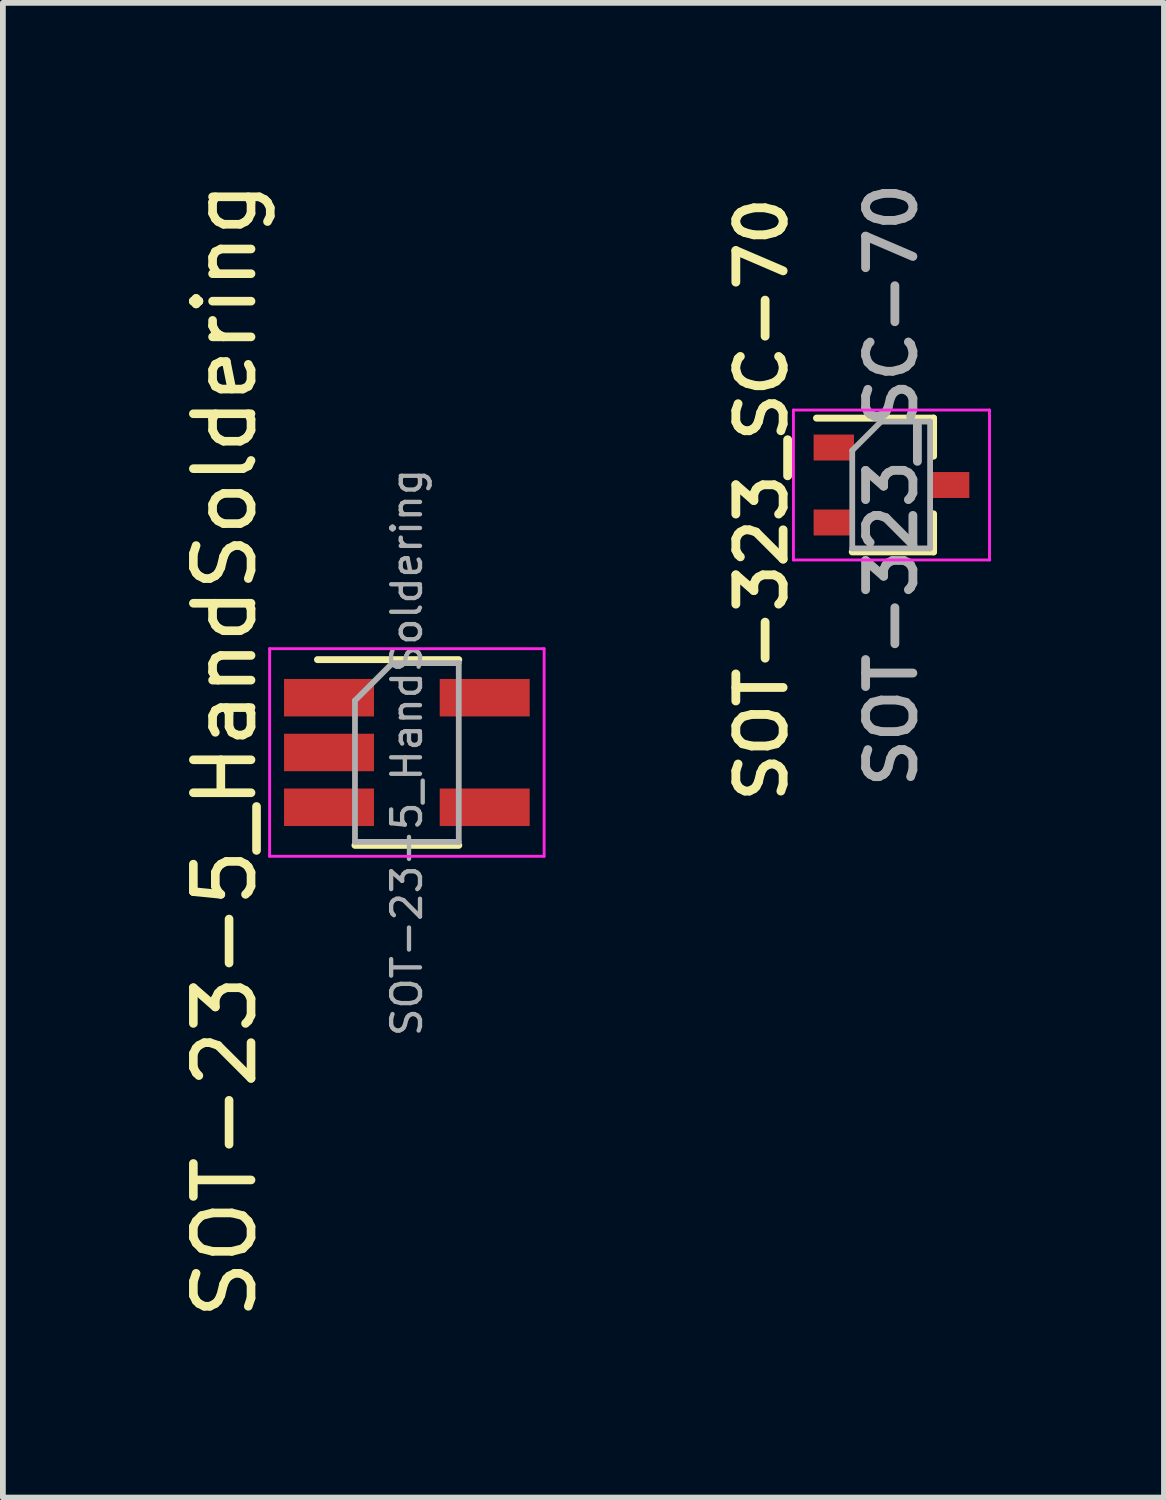
<source format=kicad_pcb>
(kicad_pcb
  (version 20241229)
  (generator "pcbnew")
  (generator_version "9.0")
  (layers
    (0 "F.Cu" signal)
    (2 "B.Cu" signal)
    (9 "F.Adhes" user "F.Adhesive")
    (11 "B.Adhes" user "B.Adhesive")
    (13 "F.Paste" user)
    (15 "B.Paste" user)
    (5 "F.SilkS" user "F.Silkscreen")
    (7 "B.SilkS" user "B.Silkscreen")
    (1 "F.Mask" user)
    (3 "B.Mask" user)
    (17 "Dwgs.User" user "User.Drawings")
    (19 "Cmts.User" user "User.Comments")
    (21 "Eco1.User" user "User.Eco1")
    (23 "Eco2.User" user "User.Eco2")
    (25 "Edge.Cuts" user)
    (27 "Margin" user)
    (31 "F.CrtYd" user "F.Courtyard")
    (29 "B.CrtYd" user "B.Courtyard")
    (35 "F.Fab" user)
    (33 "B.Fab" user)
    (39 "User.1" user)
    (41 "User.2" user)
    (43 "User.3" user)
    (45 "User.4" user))
  (footprint "SOT-323_SC-70"
    (layer "F.Cu")
    (at 12.408 5.36)
    (property "Reference" "SOT-323_SC-70" (at -2.25 0.25 90) (layer "F.SilkS") (effects (font (size 0.82 0.82) (thickness 0.153))))
    (attr smd)
    (fp_line (start -0.68 1.16) (end 0.73 1.16) (stroke (width 0.12) (type solid)) (layer "F.SilkS"))
    (fp_line (start 0.73 -1.16) (end -1.3 -1.16) (stroke (width 0.12) (type solid)) (layer "F.SilkS"))
    (fp_line (start 0.73 -1.16) (end 0.73 -0.5) (stroke (width 0.12) (type solid)) (layer "F.SilkS"))
    (fp_line (start 0.73 0.5) (end 0.73 1.16) (stroke (width 0.12) (type solid)) (layer "F.SilkS"))
    (fp_line (start -1.7 -1.3) (end 1.7 -1.3) (stroke (width 0.05) (type solid)) (layer "F.CrtYd"))
    (fp_line (start -1.7 1.3) (end -1.7 -1.3) (stroke (width 0.05) (type solid)) (layer "F.CrtYd"))
    (fp_line (start 1.7 -1.3) (end 1.7 1.3) (stroke (width 0.05) (type solid)) (layer "F.CrtYd"))
    (fp_line (start 1.7 1.3) (end -1.7 1.3) (stroke (width 0.05) (type solid)) (layer "F.CrtYd"))
    (fp_line (start -0.68 -0.6) (end -0.68 1.1) (stroke (width 0.1) (type solid)) (layer "F.Fab"))
    (fp_line (start -0.18 -1.1) (end -0.68 -0.6) (stroke (width 0.1) (type solid)) (layer "F.Fab"))
    (fp_line (start 0.67 -1.1) (end -0.18 -1.1) (stroke (width 0.1) (type solid)) (layer "F.Fab"))
    (fp_line (start 0.67 -1.1) (end 0.67 1.1) (stroke (width 0.1) (type solid)) (layer "F.Fab"))
    (fp_line (start 0.67 1.1) (end -0.68 1.1) (stroke (width 0.1) (type solid)) (layer "F.Fab"))
    (fp_text user "${REFERENCE}" (at 0 0 270) (layer "F.Fab") (effects (font (size 0.82 0.82) (thickness 0.153))))
    (pad "1" smd rect (at -1 -0.65 270) (size 0.45 0.7) (layers "F.Cu" "F.Mask" "F.Paste"))
    (pad "2" smd rect (at -1 0.65 270) (size 0.45 0.7) (layers "F.Cu" "F.Mask" "F.Paste"))
    (pad "3" smd rect (at 1 0 270) (size 0.45 0.7) (layers "F.Cu" "F.Mask" "F.Paste")))
  (footprint "SOT-23-5_HandSoldering"
    (layer "F.Cu")
    (at 4.005 9.998)
    (property "Reference" "SOT-23-5_HandSoldering" (at -3.157 -0.04 90) (layer "F.SilkS") (effects (font (size 1 1) (thickness 0.15))))
    (attr smd)
    (fp_line (start -0.9 1.61) (end 0.9 1.61) (stroke (width 0.12) (type solid)) (layer "F.SilkS"))
    (fp_line (start 0.9 -1.61) (end -1.55 -1.61) (stroke (width 0.12) (type solid)) (layer "F.SilkS"))
    (fp_line (start -2.38 -1.8) (end -2.38 1.8) (stroke (width 0.05) (type solid)) (layer "F.CrtYd"))
    (fp_line (start -2.38 -1.8) (end 2.38 -1.8) (stroke (width 0.05) (type solid)) (layer "F.CrtYd"))
    (fp_line (start 2.38 1.8) (end -2.38 1.8) (stroke (width 0.05) (type solid)) (layer "F.CrtYd"))
    (fp_line (start 2.38 1.8) (end 2.38 -1.8) (stroke (width 0.05) (type solid)) (layer "F.CrtYd"))
    (fp_line (start -0.9 -0.9) (end -0.9 1.55) (stroke (width 0.1) (type solid)) (layer "F.Fab"))
    (fp_line (start -0.9 -0.9) (end -0.25 -1.55) (stroke (width 0.1) (type solid)) (layer "F.Fab"))
    (fp_line (start 0.9 -1.55) (end -0.25 -1.55) (stroke (width 0.1) (type solid)) (layer "F.Fab"))
    (fp_line (start 0.9 -1.55) (end 0.9 1.55) (stroke (width 0.1) (type solid)) (layer "F.Fab"))
    (fp_line (start 0.9 1.55) (end -0.9 1.55) (stroke (width 0.1) (type solid)) (layer "F.Fab"))
    (fp_text user "${REFERENCE}" (at 0 0 90) (layer "F.Fab") (effects (font (size 0.5 0.5) (thickness 0.075))))
    (pad "1" smd rect (at -1.35 -0.95) (size 1.56 0.65) (layers "F.Cu" "F.Mask" "F.Paste"))
    (pad "2" smd rect (at -1.35 0) (size 1.56 0.65) (layers "F.Cu" "F.Mask" "F.Paste"))
    (pad "3" smd rect (at -1.35 0.95) (size 1.56 0.65) (layers "F.Cu" "F.Mask" "F.Paste"))
    (pad "4" smd rect (at 1.35 0.95) (size 1.56 0.65) (layers "F.Cu" "F.Mask" "F.Paste"))
    (pad "5" smd rect (at 1.35 -0.95) (size 1.56 0.65) (layers "F.Cu" "F.Mask" "F.Paste")))
  (gr_rect
    (start -3 -3)
    (end 17.133 22.917)
    (stroke (width 0.1) (type default))
    (fill no)
    (layer "Edge.Cuts")))
</source>
